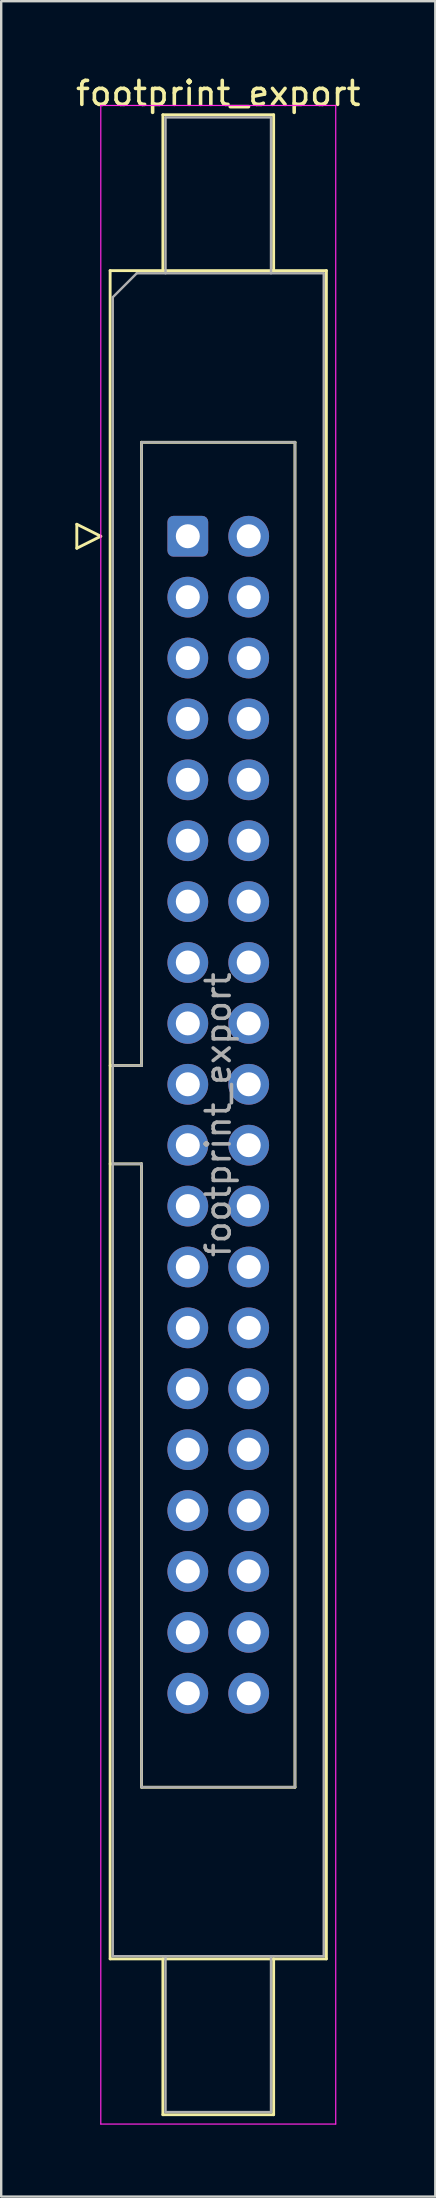
<source format=kicad_pcb>
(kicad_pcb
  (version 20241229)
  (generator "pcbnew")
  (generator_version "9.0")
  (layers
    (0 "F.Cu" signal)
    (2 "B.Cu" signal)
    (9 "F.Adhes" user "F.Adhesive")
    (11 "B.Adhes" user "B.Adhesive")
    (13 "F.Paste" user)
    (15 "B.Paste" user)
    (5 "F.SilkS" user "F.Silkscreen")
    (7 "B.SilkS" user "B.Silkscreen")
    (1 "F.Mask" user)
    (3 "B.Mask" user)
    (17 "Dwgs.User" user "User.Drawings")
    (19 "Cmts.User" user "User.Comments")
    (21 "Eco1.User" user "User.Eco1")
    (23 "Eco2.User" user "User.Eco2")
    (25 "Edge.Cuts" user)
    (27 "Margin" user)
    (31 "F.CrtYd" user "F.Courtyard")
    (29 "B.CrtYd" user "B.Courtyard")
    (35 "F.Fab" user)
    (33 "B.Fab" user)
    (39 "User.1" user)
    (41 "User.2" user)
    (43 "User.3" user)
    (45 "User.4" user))
  (footprint "footprint_export"
    (layer "F.Cu")
    (at 4.784 19.318)
    (property "Reference" "footprint_export" (at 1.27 -18.47 0) (layer "F.SilkS") (effects (font (size 1 1) (thickness 0.15))))
    (attr through_hole)
    (fp_line (start -4.63 -0.5) (end -4.63 0.5) (stroke (width 0.12) (type solid)) (layer "F.SilkS"))
    (fp_line (start -4.63 0.5) (end -3.63 0) (stroke (width 0.12) (type solid)) (layer "F.SilkS"))
    (fp_line (start -3.63 0) (end -4.63 -0.5) (stroke (width 0.12) (type solid)) (layer "F.SilkS"))
    (fp_line (start -3.24 -11.08) (end 5.78 -11.08) (stroke (width 0.12) (type solid)) (layer "F.SilkS"))
    (fp_line (start -3.24 22.08) (end -1.93 22.08) (stroke (width 0.12) (type solid)) (layer "F.SilkS"))
    (fp_line (start -3.24 59.34) (end -3.24 -11.08) (stroke (width 0.12) (type solid)) (layer "F.SilkS"))
    (fp_line (start -1.93 -3.92) (end 4.47 -3.92) (stroke (width 0.12) (type solid)) (layer "F.SilkS"))
    (fp_line (start -1.93 22.08) (end -1.93 -3.92) (stroke (width 0.12) (type solid)) (layer "F.SilkS"))
    (fp_line (start -1.93 26.18) (end -3.24 26.18) (stroke (width 0.12) (type solid)) (layer "F.SilkS"))
    (fp_line (start -1.93 26.18) (end -1.93 26.18) (stroke (width 0.12) (type solid)) (layer "F.SilkS"))
    (fp_line (start -1.93 52.18) (end -1.93 26.18) (stroke (width 0.12) (type solid)) (layer "F.SilkS"))
    (fp_line (start -1.04 -17.58) (end 3.58 -17.58) (stroke (width 0.12) (type solid)) (layer "F.SilkS"))
    (fp_line (start -1.04 -11.08) (end -1.04 -17.58) (stroke (width 0.12) (type solid)) (layer "F.SilkS"))
    (fp_line (start -1.04 59.34) (end -1.04 65.84) (stroke (width 0.12) (type solid)) (layer "F.SilkS"))
    (fp_line (start -1.04 65.84) (end 3.58 65.84) (stroke (width 0.12) (type solid)) (layer "F.SilkS"))
    (fp_line (start 3.58 -17.58) (end 3.58 -11.08) (stroke (width 0.12) (type solid)) (layer "F.SilkS"))
    (fp_line (start 3.58 65.84) (end 3.58 59.34) (stroke (width 0.12) (type solid)) (layer "F.SilkS"))
    (fp_line (start 4.47 -3.92) (end 4.47 52.18) (stroke (width 0.12) (type solid)) (layer "F.SilkS"))
    (fp_line (start 4.47 52.18) (end -1.93 52.18) (stroke (width 0.12) (type solid)) (layer "F.SilkS"))
    (fp_line (start 5.78 -11.08) (end 5.78 59.34) (stroke (width 0.12) (type solid)) (layer "F.SilkS"))
    (fp_line (start 5.78 59.34) (end -3.24 59.34) (stroke (width 0.12) (type solid)) (layer "F.SilkS"))
    (fp_line (start -3.63 -17.97) (end -3.63 66.23) (stroke (width 0.05) (type solid)) (layer "F.CrtYd"))
    (fp_line (start -3.63 66.23) (end 6.17 66.23) (stroke (width 0.05) (type solid)) (layer "F.CrtYd"))
    (fp_line (start 6.17 -17.97) (end -3.63 -17.97) (stroke (width 0.05) (type solid)) (layer "F.CrtYd"))
    (fp_line (start 6.17 66.23) (end 6.17 -17.97) (stroke (width 0.05) (type solid)) (layer "F.CrtYd"))
    (fp_line (start -3.13 -9.97) (end -2.13 -10.97) (stroke (width 0.1) (type solid)) (layer "F.Fab"))
    (fp_line (start -3.13 22.08) (end -1.93 22.08) (stroke (width 0.1) (type solid)) (layer "F.Fab"))
    (fp_line (start -3.13 59.23) (end -3.13 -9.97) (stroke (width 0.1) (type solid)) (layer "F.Fab"))
    (fp_line (start -2.13 -10.97) (end 5.67 -10.97) (stroke (width 0.1) (type solid)) (layer "F.Fab"))
    (fp_line (start -1.93 -3.92) (end 4.47 -3.92) (stroke (width 0.1) (type solid)) (layer "F.Fab"))
    (fp_line (start -1.93 22.08) (end -1.93 -3.92) (stroke (width 0.1) (type solid)) (layer "F.Fab"))
    (fp_line (start -1.93 26.18) (end -3.13 26.18) (stroke (width 0.1) (type solid)) (layer "F.Fab"))
    (fp_line (start -1.93 26.18) (end -1.93 26.18) (stroke (width 0.1) (type solid)) (layer "F.Fab"))
    (fp_line (start -1.93 52.18) (end -1.93 26.18) (stroke (width 0.1) (type solid)) (layer "F.Fab"))
    (fp_line (start -0.93 -17.47) (end 3.47 -17.47) (stroke (width 0.1) (type solid)) (layer "F.Fab"))
    (fp_line (start -0.93 -10.97) (end -0.93 -17.47) (stroke (width 0.1) (type solid)) (layer "F.Fab"))
    (fp_line (start -0.93 59.23) (end -0.93 65.73) (stroke (width 0.1) (type solid)) (layer "F.Fab"))
    (fp_line (start -0.93 65.73) (end 3.47 65.73) (stroke (width 0.1) (type solid)) (layer "F.Fab"))
    (fp_line (start 3.47 -17.47) (end 3.47 -10.97) (stroke (width 0.1) (type solid)) (layer "F.Fab"))
    (fp_line (start 3.47 65.73) (end 3.47 59.23) (stroke (width 0.1) (type solid)) (layer "F.Fab"))
    (fp_line (start 4.47 -3.92) (end 4.47 52.18) (stroke (width 0.1) (type solid)) (layer "F.Fab"))
    (fp_line (start 4.47 52.18) (end -1.93 52.18) (stroke (width 0.1) (type solid)) (layer "F.Fab"))
    (fp_line (start 5.67 -10.97) (end 5.67 59.23) (stroke (width 0.1) (type solid)) (layer "F.Fab"))
    (fp_line (start 5.67 59.23) (end -3.13 59.23) (stroke (width 0.1) (type solid)) (layer "F.Fab"))
    (fp_text user "${REFERENCE}" (at 1.27 24.13 90) (layer "F.Fab") (effects (font (size 1 1) (thickness 0.15))))
    (pad "1" thru_hole roundrect (at 0 0) (size 1.7 1.7) (drill 1) (layers "*.Cu" "*.Mask") (roundrect_rratio 0.147))
    (pad "2" thru_hole circle (at 2.54 0) (size 1.7 1.7) (drill 1) (layers "*.Cu" "*.Mask"))
    (pad "3" thru_hole circle (at 0 2.54) (size 1.7 1.7) (drill 1) (layers "*.Cu" "*.Mask"))
    (pad "4" thru_hole circle (at 2.54 2.54) (size 1.7 1.7) (drill 1) (layers "*.Cu" "*.Mask"))
    (pad "5" thru_hole circle (at 0 5.08) (size 1.7 1.7) (drill 1) (layers "*.Cu" "*.Mask"))
    (pad "6" thru_hole circle (at 2.54 5.08) (size 1.7 1.7) (drill 1) (layers "*.Cu" "*.Mask"))
    (pad "7" thru_hole circle (at 0 7.62) (size 1.7 1.7) (drill 1) (layers "*.Cu" "*.Mask"))
    (pad "8" thru_hole circle (at 2.54 7.62) (size 1.7 1.7) (drill 1) (layers "*.Cu" "*.Mask"))
    (pad "9" thru_hole circle (at 0 10.16) (size 1.7 1.7) (drill 1) (layers "*.Cu" "*.Mask"))
    (pad "10" thru_hole circle (at 2.54 10.16) (size 1.7 1.7) (drill 1) (layers "*.Cu" "*.Mask"))
    (pad "11" thru_hole circle (at 0 12.7) (size 1.7 1.7) (drill 1) (layers "*.Cu" "*.Mask"))
    (pad "12" thru_hole circle (at 2.54 12.7) (size 1.7 1.7) (drill 1) (layers "*.Cu" "*.Mask"))
    (pad "13" thru_hole circle (at 0 15.24) (size 1.7 1.7) (drill 1) (layers "*.Cu" "*.Mask"))
    (pad "14" thru_hole circle (at 2.54 15.24) (size 1.7 1.7) (drill 1) (layers "*.Cu" "*.Mask"))
    (pad "15" thru_hole circle (at 0 17.78) (size 1.7 1.7) (drill 1) (layers "*.Cu" "*.Mask"))
    (pad "16" thru_hole circle (at 2.54 17.78) (size 1.7 1.7) (drill 1) (layers "*.Cu" "*.Mask"))
    (pad "17" thru_hole circle (at 0 20.32) (size 1.7 1.7) (drill 1) (layers "*.Cu" "*.Mask"))
    (pad "18" thru_hole circle (at 2.54 20.32) (size 1.7 1.7) (drill 1) (layers "*.Cu" "*.Mask"))
    (pad "19" thru_hole circle (at 0 22.86) (size 1.7 1.7) (drill 1) (layers "*.Cu" "*.Mask"))
    (pad "20" thru_hole circle (at 2.54 22.86) (size 1.7 1.7) (drill 1) (layers "*.Cu" "*.Mask"))
    (pad "21" thru_hole circle (at 0 25.4) (size 1.7 1.7) (drill 1) (layers "*.Cu" "*.Mask"))
    (pad "22" thru_hole circle (at 2.54 25.4) (size 1.7 1.7) (drill 1) (layers "*.Cu" "*.Mask"))
    (pad "23" thru_hole circle (at 0 27.94) (size 1.7 1.7) (drill 1) (layers "*.Cu" "*.Mask"))
    (pad "24" thru_hole circle (at 2.54 27.94) (size 1.7 1.7) (drill 1) (layers "*.Cu" "*.Mask"))
    (pad "25" thru_hole circle (at 0 30.48) (size 1.7 1.7) (drill 1) (layers "*.Cu" "*.Mask"))
    (pad "26" thru_hole circle (at 2.54 30.48) (size 1.7 1.7) (drill 1) (layers "*.Cu" "*.Mask"))
    (pad "27" thru_hole circle (at 0 33.02) (size 1.7 1.7) (drill 1) (layers "*.Cu" "*.Mask"))
    (pad "28" thru_hole circle (at 2.54 33.02) (size 1.7 1.7) (drill 1) (layers "*.Cu" "*.Mask"))
    (pad "29" thru_hole circle (at 0 35.56) (size 1.7 1.7) (drill 1) (layers "*.Cu" "*.Mask"))
    (pad "30" thru_hole circle (at 2.54 35.56) (size 1.7 1.7) (drill 1) (layers "*.Cu" "*.Mask"))
    (pad "31" thru_hole circle (at 0 38.1) (size 1.7 1.7) (drill 1) (layers "*.Cu" "*.Mask"))
    (pad "32" thru_hole circle (at 2.54 38.1) (size 1.7 1.7) (drill 1) (layers "*.Cu" "*.Mask"))
    (pad "33" thru_hole circle (at 0 40.64) (size 1.7 1.7) (drill 1) (layers "*.Cu" "*.Mask"))
    (pad "34" thru_hole circle (at 2.54 40.64) (size 1.7 1.7) (drill 1) (layers "*.Cu" "*.Mask"))
    (pad "35" thru_hole circle (at 0 43.18) (size 1.7 1.7) (drill 1) (layers "*.Cu" "*.Mask"))
    (pad "36" thru_hole circle (at 2.54 43.18) (size 1.7 1.7) (drill 1) (layers "*.Cu" "*.Mask"))
    (pad "37" thru_hole circle (at 0 45.72) (size 1.7 1.7) (drill 1) (layers "*.Cu" "*.Mask"))
    (pad "38" thru_hole circle (at 2.54 45.72) (size 1.7 1.7) (drill 1) (layers "*.Cu" "*.Mask"))
    (pad "39" thru_hole circle (at 0 48.26) (size 1.7 1.7) (drill 1) (layers "*.Cu" "*.Mask"))
    (pad "40" thru_hole circle (at 2.54 48.26) (size 1.7 1.7) (drill 1) (layers "*.Cu" "*.Mask")))
  (gr_rect
    (start -3 -3)
    (end 15.107 88.573)
    (stroke (width 0.1) (type default))
    (fill no)
    (layer "Edge.Cuts")))
</source>
